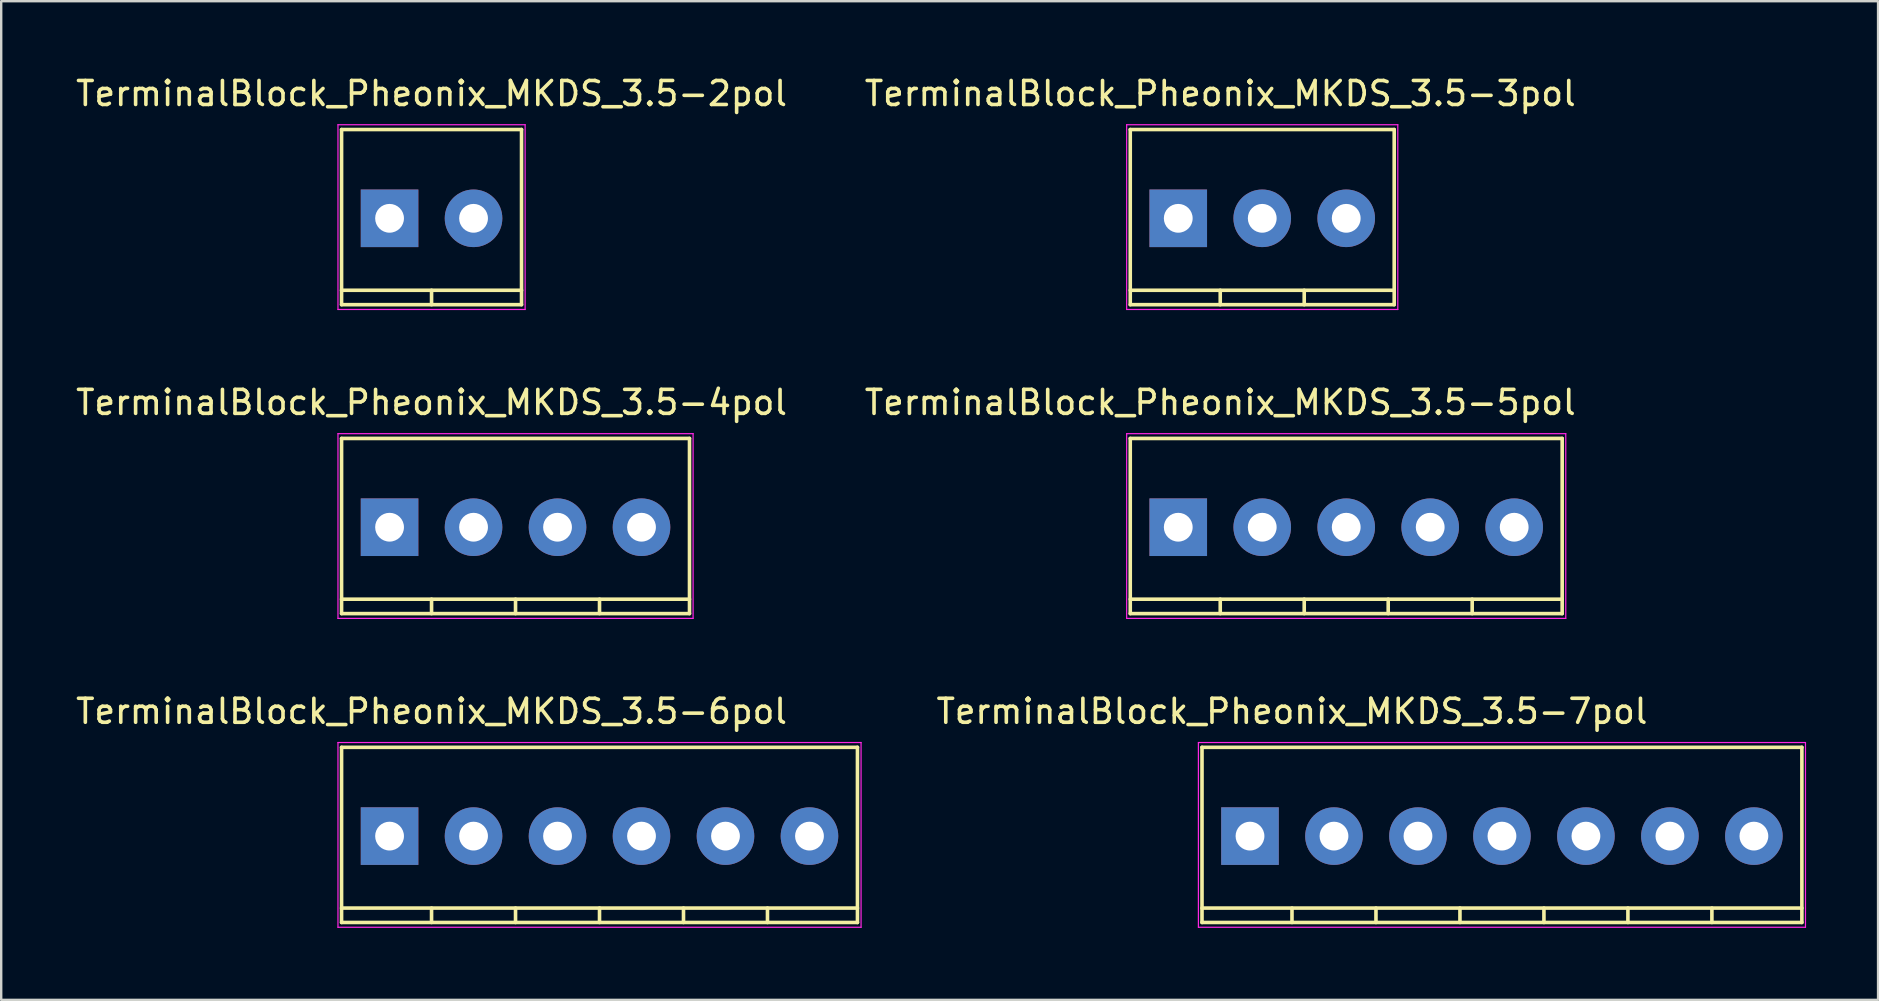
<source format=kicad_pcb>
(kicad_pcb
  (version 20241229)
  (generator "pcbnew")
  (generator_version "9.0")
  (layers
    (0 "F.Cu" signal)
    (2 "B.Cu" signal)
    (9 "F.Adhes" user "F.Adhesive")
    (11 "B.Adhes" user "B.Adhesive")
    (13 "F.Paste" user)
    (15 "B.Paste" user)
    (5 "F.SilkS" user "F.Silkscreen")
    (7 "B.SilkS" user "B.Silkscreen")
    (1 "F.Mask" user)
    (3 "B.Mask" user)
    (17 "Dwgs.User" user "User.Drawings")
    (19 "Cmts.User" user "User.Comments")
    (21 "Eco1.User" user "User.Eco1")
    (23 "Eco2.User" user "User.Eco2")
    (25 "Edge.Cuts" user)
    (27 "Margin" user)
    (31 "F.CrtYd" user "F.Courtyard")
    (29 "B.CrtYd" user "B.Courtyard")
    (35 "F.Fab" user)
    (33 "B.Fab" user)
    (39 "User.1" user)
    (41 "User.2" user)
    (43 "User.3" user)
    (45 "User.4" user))
  (footprint "TerminalBlock_Pheonix_MKDS_3.5-3pol"
    (layer "F.Cu")
    (at 46.054 6.048)
    (property "Reference" "TerminalBlock_Pheonix_MKDS_3.5-3pol" (at 1.75 -5.2 0) (layer "F.SilkS") (effects (font (size 1 1) (thickness 0.15))))
    (attr through_hole)
    (fp_line (start -2 -3.7) (end -2 3.6) (stroke (width 0.15) (type solid)) (layer "F.SilkS"))
    (fp_line (start -2 3) (end 9 3) (stroke (width 0.15) (type solid)) (layer "F.SilkS"))
    (fp_line (start -2 3.6) (end 9 3.6) (stroke (width 0.15) (type solid)) (layer "F.SilkS"))
    (fp_line (start 1.75 3) (end 1.75 3.6) (stroke (width 0.15) (type solid)) (layer "F.SilkS"))
    (fp_line (start 5.25 3) (end 5.25 3.6) (stroke (width 0.15) (type solid)) (layer "F.SilkS"))
    (fp_line (start 9 -3.7) (end -2 -3.7) (stroke (width 0.15) (type solid)) (layer "F.SilkS"))
    (fp_line (start 9 -3.7) (end 9 3.6) (stroke (width 0.15) (type solid)) (layer "F.SilkS"))
    (fp_line (start -2.15 -3.9) (end 9.15 -3.9) (stroke (width 0.05) (type solid)) (layer "F.CrtYd"))
    (fp_line (start -2.15 3.8) (end -2.15 -3.9) (stroke (width 0.05) (type solid)) (layer "F.CrtYd"))
    (fp_line (start 9.15 -3.9) (end 9.15 3.8) (stroke (width 0.05) (type solid)) (layer "F.CrtYd"))
    (fp_line (start 9.15 3.8) (end -2.15 3.8) (stroke (width 0.05) (type solid)) (layer "F.CrtYd"))
    (pad "1" thru_hole rect (at 0 0) (size 2.4 2.4) (drill 1.2) (layers "*.Cu" "*.Mask"))
    (pad "2" thru_hole circle (at 3.5 0) (size 2.4 2.4) (drill 1.2) (layers "*.Cu" "*.Mask"))
    (pad "3" thru_hole circle (at 7 0) (size 2.4 2.4) (drill 1.2) (layers "*.Cu" "*.Mask")))
  (footprint "TerminalBlock_Pheonix_MKDS_3.5-7pol"
    (layer "F.Cu")
    (at 49.044 31.795)
    (property "Reference" "TerminalBlock_Pheonix_MKDS_3.5-7pol" (at 1.75 -5.2 0) (layer "F.SilkS") (effects (font (size 1 1) (thickness 0.15))))
    (attr through_hole)
    (fp_line (start -2 -3.7) (end -2 3.6) (stroke (width 0.15) (type solid)) (layer "F.SilkS"))
    (fp_line (start -2 3) (end 23 3) (stroke (width 0.15) (type solid)) (layer "F.SilkS"))
    (fp_line (start -2 3.6) (end 23 3.6) (stroke (width 0.15) (type solid)) (layer "F.SilkS"))
    (fp_line (start 1.75 3) (end 1.75 3.6) (stroke (width 0.15) (type solid)) (layer "F.SilkS"))
    (fp_line (start 5.25 3) (end 5.25 3.6) (stroke (width 0.15) (type solid)) (layer "F.SilkS"))
    (fp_line (start 8.75 3) (end 8.75 3.6) (stroke (width 0.15) (type solid)) (layer "F.SilkS"))
    (fp_line (start 12.25 3) (end 12.25 3.6) (stroke (width 0.15) (type solid)) (layer "F.SilkS"))
    (fp_line (start 15.75 3) (end 15.75 3.6) (stroke (width 0.15) (type solid)) (layer "F.SilkS"))
    (fp_line (start 19.25 3) (end 19.25 3.6) (stroke (width 0.15) (type solid)) (layer "F.SilkS"))
    (fp_line (start 23 -3.7) (end -2 -3.7) (stroke (width 0.15) (type solid)) (layer "F.SilkS"))
    (fp_line (start 23 -3.7) (end 23 3.6) (stroke (width 0.15) (type solid)) (layer "F.SilkS"))
    (fp_line (start -2.15 -3.9) (end 23.15 -3.9) (stroke (width 0.05) (type solid)) (layer "F.CrtYd"))
    (fp_line (start -2.15 3.8) (end -2.15 -3.9) (stroke (width 0.05) (type solid)) (layer "F.CrtYd"))
    (fp_line (start 23.15 -3.9) (end 23.15 3.8) (stroke (width 0.05) (type solid)) (layer "F.CrtYd"))
    (fp_line (start 23.15 3.8) (end -2.15 3.8) (stroke (width 0.05) (type solid)) (layer "F.CrtYd"))
    (pad "1" thru_hole rect (at 0 0) (size 2.4 2.4) (drill 1.2) (layers "*.Cu" "*.Mask"))
    (pad "2" thru_hole circle (at 3.5 0) (size 2.4 2.4) (drill 1.2) (layers "*.Cu" "*.Mask"))
    (pad "3" thru_hole circle (at 7 0) (size 2.4 2.4) (drill 1.2) (layers "*.Cu" "*.Mask"))
    (pad "4" thru_hole circle (at 10.5 0) (size 2.4 2.4) (drill 1.2) (layers "*.Cu" "*.Mask"))
    (pad "5" thru_hole circle (at 14 0) (size 2.4 2.4) (drill 1.2) (layers "*.Cu" "*.Mask"))
    (pad "6" thru_hole circle (at 17.5 0) (size 2.4 2.4) (drill 1.2) (layers "*.Cu" "*.Mask"))
    (pad "7" thru_hole circle (at 21 0) (size 2.4 2.4) (drill 1.2) (layers "*.Cu" "*.Mask")))
  (footprint "TerminalBlock_Pheonix_MKDS_3.5-2pol"
    (layer "F.Cu")
    (at 13.185 6.048)
    (property "Reference" "TerminalBlock_Pheonix_MKDS_3.5-2pol" (at 1.75 -5.2 0) (layer "F.SilkS") (effects (font (size 1 1) (thickness 0.15))))
    (attr through_hole)
    (fp_line (start -2 -3.7) (end -2 3.6) (stroke (width 0.15) (type solid)) (layer "F.SilkS"))
    (fp_line (start -2 3) (end 5.5 3) (stroke (width 0.15) (type solid)) (layer "F.SilkS"))
    (fp_line (start -2 3.6) (end 5.5 3.6) (stroke (width 0.15) (type solid)) (layer "F.SilkS"))
    (fp_line (start 1.75 3) (end 1.75 3.6) (stroke (width 0.15) (type solid)) (layer "F.SilkS"))
    (fp_line (start 5.5 -3.7) (end -2 -3.7) (stroke (width 0.15) (type solid)) (layer "F.SilkS"))
    (fp_line (start 5.5 -3.7) (end 5.5 3.6) (stroke (width 0.15) (type solid)) (layer "F.SilkS"))
    (fp_line (start -2.15 -3.9) (end 5.65 -3.9) (stroke (width 0.05) (type solid)) (layer "F.CrtYd"))
    (fp_line (start -2.15 3.8) (end -2.15 -3.9) (stroke (width 0.05) (type solid)) (layer "F.CrtYd"))
    (fp_line (start 5.65 -3.9) (end 5.65 3.8) (stroke (width 0.05) (type solid)) (layer "F.CrtYd"))
    (fp_line (start 5.65 3.8) (end -2.15 3.8) (stroke (width 0.05) (type solid)) (layer "F.CrtYd"))
    (pad "1" thru_hole rect (at 0 0) (size 2.4 2.4) (drill 1.2) (layers "*.Cu" "*.Mask"))
    (pad "2" thru_hole circle (at 3.5 0) (size 2.4 2.4) (drill 1.2) (layers "*.Cu" "*.Mask")))
  (footprint "TerminalBlock_Pheonix_MKDS_3.5-4pol"
    (layer "F.Cu")
    (at 13.185 18.922)
    (property "Reference" "TerminalBlock_Pheonix_MKDS_3.5-4pol" (at 1.75 -5.2 0) (layer "F.SilkS") (effects (font (size 1 1) (thickness 0.15))))
    (attr through_hole)
    (fp_line (start -2 -3.7) (end -2 3.6) (stroke (width 0.15) (type solid)) (layer "F.SilkS"))
    (fp_line (start -2 3) (end 12.5 3) (stroke (width 0.15) (type solid)) (layer "F.SilkS"))
    (fp_line (start -2 3.6) (end 12.5 3.6) (stroke (width 0.15) (type solid)) (layer "F.SilkS"))
    (fp_line (start 1.75 3) (end 1.75 3.6) (stroke (width 0.15) (type solid)) (layer "F.SilkS"))
    (fp_line (start 5.25 3) (end 5.25 3.6) (stroke (width 0.15) (type solid)) (layer "F.SilkS"))
    (fp_line (start 8.75 3) (end 8.75 3.6) (stroke (width 0.15) (type solid)) (layer "F.SilkS"))
    (fp_line (start 12.5 -3.7) (end -2 -3.7) (stroke (width 0.15) (type solid)) (layer "F.SilkS"))
    (fp_line (start 12.5 -3.7) (end 12.5 3.6) (stroke (width 0.15) (type solid)) (layer "F.SilkS"))
    (fp_line (start -2.15 -3.9) (end 12.65 -3.9) (stroke (width 0.05) (type solid)) (layer "F.CrtYd"))
    (fp_line (start -2.15 3.8) (end -2.15 -3.9) (stroke (width 0.05) (type solid)) (layer "F.CrtYd"))
    (fp_line (start 12.65 -3.9) (end 12.65 3.8) (stroke (width 0.05) (type solid)) (layer "F.CrtYd"))
    (fp_line (start 12.65 3.8) (end -2.15 3.8) (stroke (width 0.05) (type solid)) (layer "F.CrtYd"))
    (pad "1" thru_hole rect (at 0 0) (size 2.4 2.4) (drill 1.2) (layers "*.Cu" "*.Mask"))
    (pad "2" thru_hole circle (at 3.5 0) (size 2.4 2.4) (drill 1.2) (layers "*.Cu" "*.Mask"))
    (pad "3" thru_hole circle (at 7 0) (size 2.4 2.4) (drill 1.2) (layers "*.Cu" "*.Mask"))
    (pad "4" thru_hole circle (at 10.5 0) (size 2.4 2.4) (drill 1.2) (layers "*.Cu" "*.Mask")))
  (footprint "TerminalBlock_Pheonix_MKDS_3.5-5pol"
    (layer "F.Cu")
    (at 46.054 18.922)
    (property "Reference" "TerminalBlock_Pheonix_MKDS_3.5-5pol" (at 1.75 -5.2 0) (layer "F.SilkS") (effects (font (size 1 1) (thickness 0.15))))
    (attr through_hole)
    (fp_line (start -2 -3.7) (end -2 3.6) (stroke (width 0.15) (type solid)) (layer "F.SilkS"))
    (fp_line (start -2 3) (end 16 3) (stroke (width 0.15) (type solid)) (layer "F.SilkS"))
    (fp_line (start -2 3.6) (end 16 3.6) (stroke (width 0.15) (type solid)) (layer "F.SilkS"))
    (fp_line (start 1.75 3) (end 1.75 3.6) (stroke (width 0.15) (type solid)) (layer "F.SilkS"))
    (fp_line (start 5.25 3) (end 5.25 3.6) (stroke (width 0.15) (type solid)) (layer "F.SilkS"))
    (fp_line (start 8.75 3) (end 8.75 3.6) (stroke (width 0.15) (type solid)) (layer "F.SilkS"))
    (fp_line (start 12.25 3) (end 12.25 3.6) (stroke (width 0.15) (type solid)) (layer "F.SilkS"))
    (fp_line (start 16 -3.7) (end -2 -3.7) (stroke (width 0.15) (type solid)) (layer "F.SilkS"))
    (fp_line (start 16 -3.7) (end 16 3.6) (stroke (width 0.15) (type solid)) (layer "F.SilkS"))
    (fp_line (start -2.15 -3.9) (end 16.15 -3.9) (stroke (width 0.05) (type solid)) (layer "F.CrtYd"))
    (fp_line (start -2.15 3.8) (end -2.15 -3.9) (stroke (width 0.05) (type solid)) (layer "F.CrtYd"))
    (fp_line (start 16.15 -3.9) (end 16.15 3.8) (stroke (width 0.05) (type solid)) (layer "F.CrtYd"))
    (fp_line (start 16.15 3.8) (end -2.15 3.8) (stroke (width 0.05) (type solid)) (layer "F.CrtYd"))
    (pad "1" thru_hole rect (at 0 0) (size 2.4 2.4) (drill 1.2) (layers "*.Cu" "*.Mask"))
    (pad "2" thru_hole circle (at 3.5 0) (size 2.4 2.4) (drill 1.2) (layers "*.Cu" "*.Mask"))
    (pad "3" thru_hole circle (at 7 0) (size 2.4 2.4) (drill 1.2) (layers "*.Cu" "*.Mask"))
    (pad "4" thru_hole circle (at 10.5 0) (size 2.4 2.4) (drill 1.2) (layers "*.Cu" "*.Mask"))
    (pad "5" thru_hole circle (at 14 0) (size 2.4 2.4) (drill 1.2) (layers "*.Cu" "*.Mask")))
  (footprint "TerminalBlock_Pheonix_MKDS_3.5-6pol"
    (layer "F.Cu")
    (at 13.185 31.795)
    (property "Reference" "TerminalBlock_Pheonix_MKDS_3.5-6pol" (at 1.75 -5.2 0) (layer "F.SilkS") (effects (font (size 1 1) (thickness 0.15))))
    (attr through_hole)
    (fp_line (start -2 -3.7) (end -2 3.6) (stroke (width 0.15) (type solid)) (layer "F.SilkS"))
    (fp_line (start -2 3) (end 19.5 3) (stroke (width 0.15) (type solid)) (layer "F.SilkS"))
    (fp_line (start -2 3.6) (end 19.5 3.6) (stroke (width 0.15) (type solid)) (layer "F.SilkS"))
    (fp_line (start 1.75 3) (end 1.75 3.6) (stroke (width 0.15) (type solid)) (layer "F.SilkS"))
    (fp_line (start 5.25 3) (end 5.25 3.6) (stroke (width 0.15) (type solid)) (layer "F.SilkS"))
    (fp_line (start 8.75 3) (end 8.75 3.6) (stroke (width 0.15) (type solid)) (layer "F.SilkS"))
    (fp_line (start 12.25 3) (end 12.25 3.6) (stroke (width 0.15) (type solid)) (layer "F.SilkS"))
    (fp_line (start 15.75 3) (end 15.75 3.6) (stroke (width 0.15) (type solid)) (layer "F.SilkS"))
    (fp_line (start 19.5 -3.7) (end -2 -3.7) (stroke (width 0.15) (type solid)) (layer "F.SilkS"))
    (fp_line (start 19.5 -3.7) (end 19.5 3.6) (stroke (width 0.15) (type solid)) (layer "F.SilkS"))
    (fp_line (start -2.15 -3.9) (end 19.65 -3.9) (stroke (width 0.05) (type solid)) (layer "F.CrtYd"))
    (fp_line (start -2.15 3.8) (end -2.15 -3.9) (stroke (width 0.05) (type solid)) (layer "F.CrtYd"))
    (fp_line (start 19.65 -3.9) (end 19.65 3.8) (stroke (width 0.05) (type solid)) (layer "F.CrtYd"))
    (fp_line (start 19.65 3.8) (end -2.15 3.8) (stroke (width 0.05) (type solid)) (layer "F.CrtYd"))
    (pad "1" thru_hole rect (at 0 0) (size 2.4 2.4) (drill 1.2) (layers "*.Cu" "*.Mask"))
    (pad "2" thru_hole circle (at 3.5 0) (size 2.4 2.4) (drill 1.2) (layers "*.Cu" "*.Mask"))
    (pad "3" thru_hole circle (at 7 0) (size 2.4 2.4) (drill 1.2) (layers "*.Cu" "*.Mask"))
    (pad "4" thru_hole circle (at 10.5 0) (size 2.4 2.4) (drill 1.2) (layers "*.Cu" "*.Mask"))
    (pad "5" thru_hole circle (at 14 0) (size 2.4 2.4) (drill 1.2) (layers "*.Cu" "*.Mask"))
    (pad "6" thru_hole circle (at 17.5 0) (size 2.4 2.4) (drill 1.2) (layers "*.Cu" "*.Mask")))
  (gr_rect
    (start -3 -3)
    (end 75.219 38.62)
    (stroke (width 0.1) (type default))
    (fill no)
    (layer "Edge.Cuts")))
</source>
